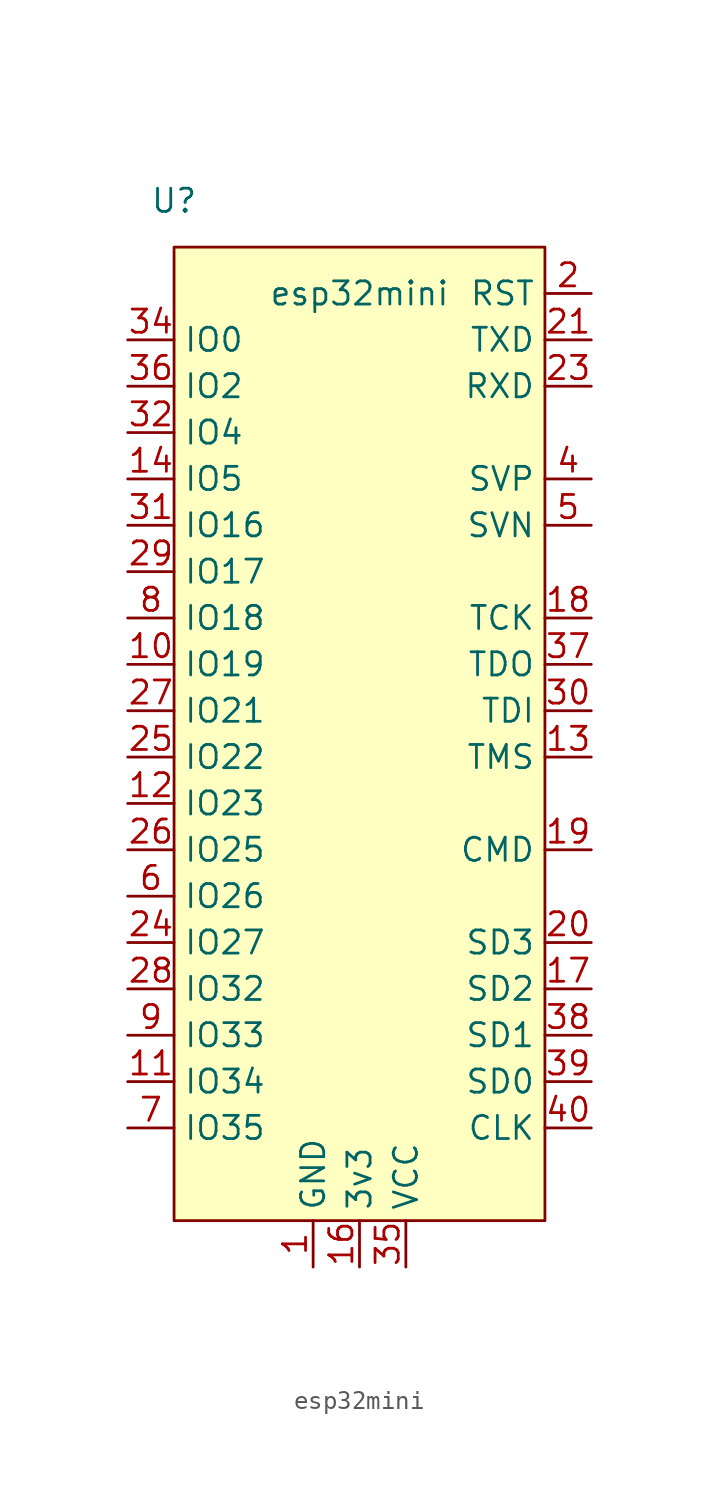
<source format=kicad_sym>
(kicad_symbol_lib
  (version 20211014)
  (generator kicad_symbol_editor)
  (symbol "esp32mini"
    (property "Reference" "U"
      (at 2.54 2.54 0)
      (effects (font (size 1.27 1.27))))
    (property "Value" "esp32mini"
      (at 12.7 -2.54 0)
      (effects (font (size 1.27 1.27))))
    (symbol "esp32mini_0_1"
      (rectangle (start 2.54 0) (end 22.86 -53.34) (stroke (width 0) (type default) (color 0 0 0 0)) (fill (type background))))
    (symbol "esp32mini_1_1"
      (pin power_in line (at 10.16 -55.88 90) (length 2.54) (name "GND" (effects (font (size 1.27 1.27)))) (number "1" (effects (font (size 1.27 1.27)))))
      (pin bidirectional line (at 0 -22.86 0) (length 2.54) (name "IO19" (effects (font (size 1.27 1.27)))) (number "10" (effects (font (size 1.27 1.27)))))
      (pin bidirectional line (at 0 -45.72 0) (length 2.54) (name "IO34" (effects (font (size 1.27 1.27)))) (number "11" (effects (font (size 1.27 1.27)))))
      (pin bidirectional line (at 0 -30.48 0) (length 2.54) (name "IO23" (effects (font (size 1.27 1.27)))) (number "12" (effects (font (size 1.27 1.27)))))
      (pin bidirectional line (at 25.4 -27.94 180) (length 2.54) (name "TMS" (effects (font (size 1.27 1.27)))) (number "13" (effects (font (size 1.27 1.27)))))
      (pin bidirectional line (at 0 -12.7 0) (length 2.54) (name "IO5" (effects (font (size 1.27 1.27)))) (number "14" (effects (font (size 1.27 1.27)))))
      (pin power_out line (at 12.7 -55.88 90) (length 2.54) (name "3v3" (effects (font (size 1.27 1.27)))) (number "16" (effects (font (size 1.27 1.27)))))
      (pin bidirectional line (at 25.4 -40.64 180) (length 2.54) (name "SD2" (effects (font (size 1.27 1.27)))) (number "17" (effects (font (size 1.27 1.27)))))
      (pin bidirectional line (at 25.4 -20.32 180) (length 2.54) (name "TCK" (effects (font (size 1.27 1.27)))) (number "18" (effects (font (size 1.27 1.27)))))
      (pin bidirectional line (at 25.4 -33.02 180) (length 2.54) (name "CMD" (effects (font (size 1.27 1.27)))) (number "19" (effects (font (size 1.27 1.27)))))
      (pin bidirectional line (at 25.4 -2.54 180) (length 2.54) (name "RST" (effects (font (size 1.27 1.27)))) (number "2" (effects (font (size 1.27 1.27)))))
      (pin bidirectional line (at 25.4 -38.1 180) (length 2.54) (name "SD3" (effects (font (size 1.27 1.27)))) (number "20" (effects (font (size 1.27 1.27)))))
      (pin bidirectional line (at 25.4 -5.08 180) (length 2.54) (name "TXD" (effects (font (size 1.27 1.27)))) (number "21" (effects (font (size 1.27 1.27)))))
      (pin bidirectional line (at 25.4 -7.62 180) (length 2.54) (name "RXD" (effects (font (size 1.27 1.27)))) (number "23" (effects (font (size 1.27 1.27)))))
      (pin bidirectional line (at 0 -38.1 0) (length 2.54) (name "IO27" (effects (font (size 1.27 1.27)))) (number "24" (effects (font (size 1.27 1.27)))))
      (pin bidirectional line (at 0 -27.94 0) (length 2.54) (name "IO22" (effects (font (size 1.27 1.27)))) (number "25" (effects (font (size 1.27 1.27)))))
      (pin bidirectional line (at 0 -33.02 0) (length 2.54) (name "IO25" (effects (font (size 1.27 1.27)))) (number "26" (effects (font (size 1.27 1.27)))))
      (pin bidirectional line (at 0 -25.4 0) (length 2.54) (name "IO21" (effects (font (size 1.27 1.27)))) (number "27" (effects (font (size 1.27 1.27)))))
      (pin bidirectional line (at 0 -40.64 0) (length 2.54) (name "IO32" (effects (font (size 1.27 1.27)))) (number "28" (effects (font (size 1.27 1.27)))))
      (pin bidirectional line (at 0 -17.78 0) (length 2.54) (name "IO17" (effects (font (size 1.27 1.27)))) (number "29" (effects (font (size 1.27 1.27)))))
      (pin bidirectional line (at 25.4 -25.4 180) (length 2.54) (name "TDI" (effects (font (size 1.27 1.27)))) (number "30" (effects (font (size 1.27 1.27)))))
      (pin bidirectional line (at 0 -15.24 0) (length 2.54) (name "IO16" (effects (font (size 1.27 1.27)))) (number "31" (effects (font (size 1.27 1.27)))))
      (pin bidirectional line (at 0 -10.16 0) (length 2.54) (name "IO4" (effects (font (size 1.27 1.27)))) (number "32" (effects (font (size 1.27 1.27)))))
      (pin bidirectional line (at 0 -5.08 0) (length 2.54) (name "IO0" (effects (font (size 1.27 1.27)))) (number "34" (effects (font (size 1.27 1.27)))))
      (pin power_in line (at 15.24 -55.88 90) (length 2.54) (name "VCC" (effects (font (size 1.27 1.27)))) (number "35" (effects (font (size 1.27 1.27)))))
      (pin bidirectional line (at 0 -7.62 0) (length 2.54) (name "IO2" (effects (font (size 1.27 1.27)))) (number "36" (effects (font (size 1.27 1.27)))))
      (pin bidirectional line (at 25.4 -22.86 180) (length 2.54) (name "TDO" (effects (font (size 1.27 1.27)))) (number "37" (effects (font (size 1.27 1.27)))))
      (pin bidirectional line (at 25.4 -43.18 180) (length 2.54) (name "SD1" (effects (font (size 1.27 1.27)))) (number "38" (effects (font (size 1.27 1.27)))))
      (pin bidirectional line (at 25.4 -45.72 180) (length 2.54) (name "SD0" (effects (font (size 1.27 1.27)))) (number "39" (effects (font (size 1.27 1.27)))))
      (pin bidirectional line (at 25.4 -12.7 180) (length 2.54) (name "SVP" (effects (font (size 1.27 1.27)))) (number "4" (effects (font (size 1.27 1.27)))))
      (pin bidirectional line (at 25.4 -48.26 180) (length 2.54) (name "CLK" (effects (font (size 1.27 1.27)))) (number "40" (effects (font (size 1.27 1.27)))))
      (pin bidirectional line (at 25.4 -15.24 180) (length 2.54) (name "SVN" (effects (font (size 1.27 1.27)))) (number "5" (effects (font (size 1.27 1.27)))))
      (pin bidirectional line (at 0 -35.56 0) (length 2.54) (name "IO26" (effects (font (size 1.27 1.27)))) (number "6" (effects (font (size 1.27 1.27)))))
      (pin bidirectional line (at 0 -48.26 0) (length 2.54) (name "IO35" (effects (font (size 1.27 1.27)))) (number "7" (effects (font (size 1.27 1.27)))))
      (pin bidirectional line (at 0 -20.32 0) (length 2.54) (name "IO18" (effects (font (size 1.27 1.27)))) (number "8" (effects (font (size 1.27 1.27)))))
      (pin bidirectional line (at 0 -43.18 0) (length 2.54) (name "IO33" (effects (font (size 1.27 1.27)))) (number "9" (effects (font (size 1.27 1.27))))))))
</source>
